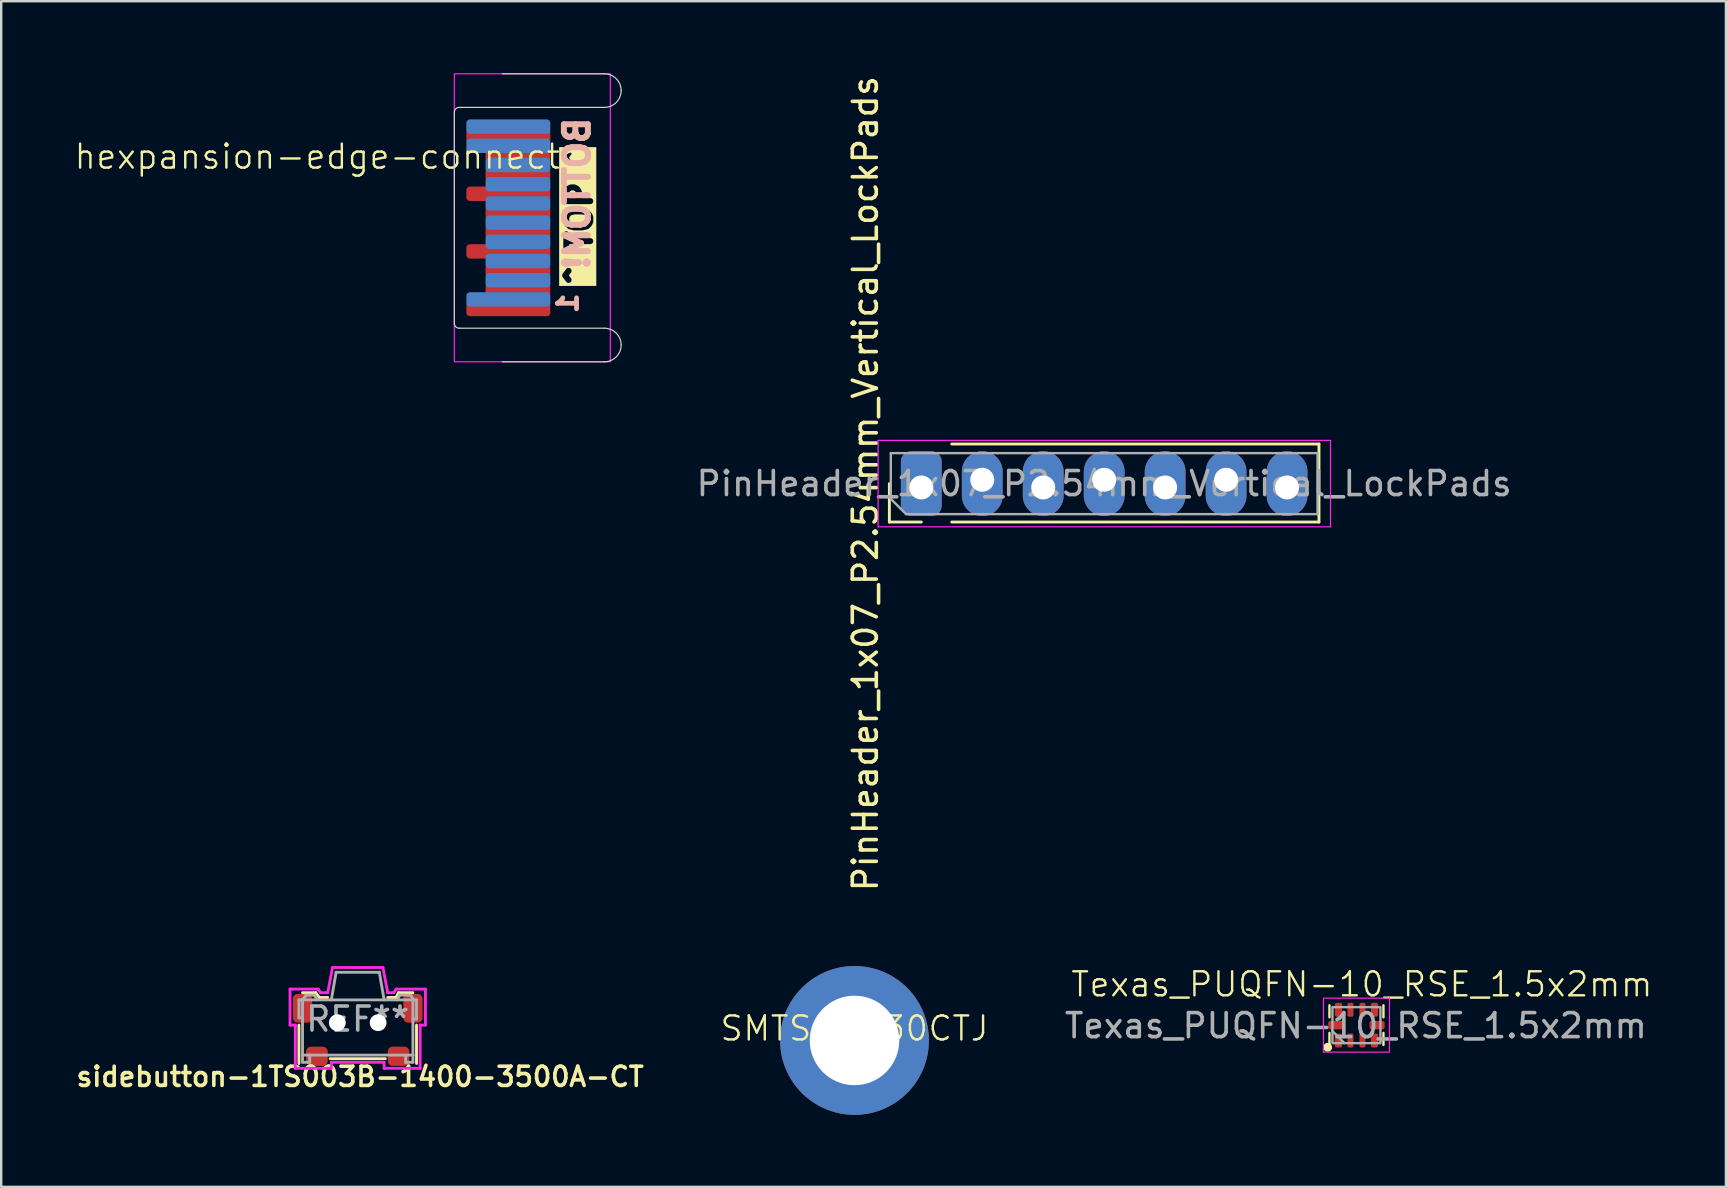
<source format=kicad_pcb>
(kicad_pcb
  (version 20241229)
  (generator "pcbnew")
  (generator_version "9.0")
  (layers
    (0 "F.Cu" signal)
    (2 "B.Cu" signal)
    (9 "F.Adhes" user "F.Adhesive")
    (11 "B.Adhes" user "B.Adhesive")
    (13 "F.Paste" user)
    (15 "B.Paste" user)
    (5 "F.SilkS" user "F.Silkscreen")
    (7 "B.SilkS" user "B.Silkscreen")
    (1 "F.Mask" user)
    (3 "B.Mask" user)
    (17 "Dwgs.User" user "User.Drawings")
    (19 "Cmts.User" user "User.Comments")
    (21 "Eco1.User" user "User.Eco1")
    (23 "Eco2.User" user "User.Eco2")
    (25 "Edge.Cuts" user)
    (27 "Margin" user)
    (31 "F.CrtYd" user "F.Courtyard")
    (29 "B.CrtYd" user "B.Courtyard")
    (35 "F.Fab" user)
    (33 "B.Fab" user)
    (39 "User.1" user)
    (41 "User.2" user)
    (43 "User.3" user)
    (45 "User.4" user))
  (footprint "hexpansion-edge-connector"
    (layer "F.Cu")
    (at 15.881 6.025)
    (property "Reference" "hexpansion-edge-connector" (at -4.95 -2.55 0) (unlocked yes) (layer "F.SilkS") (effects (font (size 1 1) (thickness 0.1))))
    (attr exclude_from_pos_files exclude_from_bom)
    (fp_line (start 0 4.4) (end 0 -4.4) (stroke (width 0.05) (type solid)) (layer "Edge.Cuts"))
    (fp_line (start 6.25 -6) (end 2 -6) (stroke (width 0.05) (type solid)) (layer "Edge.Cuts"))
    (fp_line (start 6.25 -4.6) (end 0.2 -4.6) (stroke (width 0.05) (type solid)) (layer "Edge.Cuts"))
    (fp_line (start 6.25 4.6) (end 0.2 4.6) (stroke (width 0.05) (type solid)) (layer "Edge.Cuts"))
    (fp_line (start 6.25 6) (end 2 6) (stroke (width 0.05) (type solid)) (layer "Edge.Cuts"))
    (fp_arc (start 0 -4.4) (mid 0.058579 -4.541421) (end 0.2 -4.6) (stroke (width 0.05) (type default)) (layer "Edge.Cuts"))
    (fp_arc (start 0.2 4.6) (mid 0.058579 4.541421) (end 0 4.4) (stroke (width 0.05) (type default)) (layer "Edge.Cuts"))
    (fp_arc (start 6.25 -6) (mid 6.744975 -5.794975) (end 6.95 -5.3) (stroke (width 0.05) (type default)) (layer "Edge.Cuts"))
    (fp_arc (start 6.25 4.6) (mid 6.744975 4.805025) (end 6.95 5.3) (stroke (width 0.05) (type default)) (layer "Edge.Cuts"))
    (fp_arc (start 6.95 -5.3) (mid 6.744975 -4.805025) (end 6.25 -4.6) (stroke (width 0.05) (type default)) (layer "Edge.Cuts"))
    (fp_arc (start 6.95 5.3) (mid 6.744975 5.794975) (end 6.25 6) (stroke (width 0.05) (type default)) (layer "Edge.Cuts"))
    (fp_rect (start 0 -6) (end 6.5 6) (stroke (width 0.05) (type default)) (fill no) (layer "F.CrtYd"))
    (fp_text user "^ TOP ^" (at 5.8 2.85 90) (unlocked yes) (layer "F.SilkS" knockout) (effects (font (size 1 1) (thickness 0.25) (bold yes)) (justify left bottom)))
    (fp_text user "BOTTOM!" (at 5.7 -4.3 90) (unlocked yes) (layer "B.SilkS") (effects (font (size 1 1) (thickness 0.25) (bold yes)) (justify left bottom mirror)))
    (fp_text user "1" (at 5.2 3.05 90) (unlocked yes) (layer "B.SilkS") (effects (font (size 0.8 0.8) (thickness 0.2) (bold yes)) (justify left bottom mirror)))
    (pad "1" smd roundrect (at 2.25 3.4) (size 3.5 0.6) (layers "B.Cu" "B.Mask") (roundrect_rratio 0.25))
    (pad "2" smd roundrect (at 2.65 2.6) (size 2.7 0.6) (layers "B.Cu" "B.Mask") (roundrect_rratio 0.25))
    (pad "3" smd roundrect (at 2.65 1.8) (size 2.7 0.6) (layers "B.Cu" "B.Mask") (roundrect_rratio 0.25))
    (pad "4" smd roundrect (at 2.65 1) (size 2.7 0.6) (layers "B.Cu" "B.Mask") (roundrect_rratio 0.25))
    (pad "5" smd roundrect (at 2.65 0.2) (size 2.7 0.6) (layers "B.Cu" "B.Mask") (roundrect_rratio 0.25))
    (pad "6" smd roundrect (at 2.65 -0.6) (size 2.7 0.6) (layers "B.Cu" "B.Mask") (roundrect_rratio 0.25))
    (pad "7" smd roundrect (at 2.65 -1.4) (size 2.7 0.6) (layers "B.Cu" "B.Mask") (roundrect_rratio 0.25))
    (pad "8" smd roundrect (at 2.65 -2.2) (size 2.7 0.6) (layers "B.Cu" "B.Mask") (roundrect_rratio 0.25))
    (pad "9" smd roundrect (at 2.25 -3) (size 3.5 0.6) (layers "B.Cu" "B.Mask") (roundrect_rratio 0.25))
    (pad "10" smd roundrect (at 2.25 -3.8) (size 3.5 0.6) (layers "B.Cu" "B.Mask") (roundrect_rratio 0.25))
    (pad "11" smd roundrect (at 2.25 -3.4 180) (size 3.5 0.6) (layers "F.Cu" "F.Mask") (roundrect_rratio 0.25))
    (pad "12" smd roundrect (at 2.65 -2.6 180) (size 2.7 0.6) (layers "F.Cu" "F.Mask") (roundrect_rratio 0.25))
    (pad "13" smd roundrect (at 2.65 -1.8 180) (size 2.7 0.6) (layers "F.Cu" "F.Mask") (roundrect_rratio 0.25))
    (pad "14" smd roundrect (at 2.25 -1 180) (size 3.5 0.6) (layers "F.Cu" "F.Mask") (roundrect_rratio 0.25))
    (pad "15" smd roundrect (at 2.65 -0.2 180) (size 2.7 0.6) (layers "F.Cu" "F.Mask") (roundrect_rratio 0.25))
    (pad "16" smd roundrect (at 2.65 0.6 180) (size 2.7 0.6) (layers "F.Cu" "F.Mask") (roundrect_rratio 0.25))
    (pad "17" smd roundrect (at 2.25 1.4 180) (size 3.5 0.6) (layers "F.Cu" "F.Mask") (roundrect_rratio 0.25))
    (pad "18" smd roundrect (at 2.65 2.2 180) (size 2.7 0.6) (layers "F.Cu" "F.Mask") (roundrect_rratio 0.25))
    (pad "19" smd roundrect (at 2.65 3 180) (size 2.7 0.6) (layers "F.Cu" "F.Mask") (roundrect_rratio 0.25))
    (pad "20" smd roundrect (at 2.25 3.8 180) (size 3.5 0.6) (layers "F.Cu" "F.Mask") (roundrect_rratio 0.25)))
  (footprint "SMTSO2030CTJ"
    (layer "F.Cu")
    (at 32.554 40.302)
    (property "Reference" "SMTSO2030CTJ" (at 0 -0.5 0) (unlocked yes) (layer "F.SilkS") (effects (font (size 1 1) (thickness 0.1))))
    (attr smd)
    (pad "" smd oval (at -2.1 -1.212 150) (size 1.235 2.2) (layers "F.Paste"))
    (pad "" smd oval (at -2.1 1.212 210) (size 1.235 2.2) (layers "F.Paste"))
    (pad "" smd oval (at 0 -2.425 90) (size 1.235 2.2) (layers "F.Paste"))
    (pad "" smd circle (at 0 0) (size 3.75 3.75) (layers "B.Mask"))
    (pad "" smd oval (at 0 2.425 270) (size 1.235 2.2) (layers "F.Paste"))
    (pad "" smd oval (at 2.1 -1.212 30) (size 1.235 2.2) (layers "F.Paste"))
    (pad "" smd oval (at 2.1 1.212 330) (size 1.235 2.2) (layers "F.Paste"))
    (pad "1" thru_hole circle (at 0 0) (size 6.2 6.2) (drill 3.73) (layers "*.Cu" "F.Mask")))
  (footprint "sidebutton-1TS003B-1400-3500A-CT"
    (layer "F.Cu")
    (at 11.855 39.562)
    (property "Reference" "sidebutton-1TS003B-1400-3500A-CT" (at 0.1 2.25 0) (layer "F.SilkS") (effects (font (size 0.8 0.8) (thickness 0.15))))
    (attr smd)
    (fp_line (start -2.45 0.1) (end -2.45 1.7) (stroke (width 0.12) (type solid)) (layer "F.SilkS"))
    (fp_line (start -2.3 -1.25) (end -1.75 -1.25) (stroke (width 0.12) (type solid)) (layer "F.SilkS"))
    (fp_line (start -1.75 -1.25) (end -1.6 -1.05) (stroke (width 0.12) (type solid)) (layer "F.SilkS"))
    (fp_line (start -1.6 -1.05) (end -1.25 -1.05) (stroke (width 0.12) (type solid)) (layer "F.SilkS"))
    (fp_line (start -1.15 1.5) (end 1.15 1.5) (stroke (width 0.12) (type solid)) (layer "F.SilkS"))
    (fp_line (start 1.25 -1.05) (end 1.6 -1.05) (stroke (width 0.12) (type solid)) (layer "F.SilkS"))
    (fp_line (start 1.6 -1.05) (end 1.7 -1.25) (stroke (width 0.12) (type solid)) (layer "F.SilkS"))
    (fp_line (start 1.7 -1.25) (end 2.3 -1.25) (stroke (width 0.12) (type solid)) (layer "F.SilkS"))
    (fp_line (start 2.45 0.1) (end 2.45 1.7) (stroke (width 0.12) (type solid)) (layer "F.SilkS"))
    (fp_line (start -2.82 -1.4) (end -1.65 -1.4) (stroke (width 0.12) (type solid)) (layer "F.CrtYd"))
    (fp_line (start -2.82 0.1) (end -2.82 -1.4) (stroke (width 0.12) (type solid)) (layer "F.CrtYd"))
    (fp_line (start -2.6 0.1) (end -2.82 0.1) (stroke (width 0.12) (type solid)) (layer "F.CrtYd"))
    (fp_line (start -2.6 1.9) (end -2.6 0.1) (stroke (width 0.12) (type solid)) (layer "F.CrtYd"))
    (fp_line (start -1.65 -1.4) (end -1.55 -1.25) (stroke (width 0.12) (type solid)) (layer "F.CrtYd"))
    (fp_line (start -1.55 -1.25) (end -1.25 -1.25) (stroke (width 0.12) (type solid)) (layer "F.CrtYd"))
    (fp_line (start -1.25 -1.25) (end -1.05 -2.3) (stroke (width 0.12) (type solid)) (layer "F.CrtYd"))
    (fp_line (start -1.1 1.65) (end -1.1 1.9) (stroke (width 0.12) (type solid)) (layer "F.CrtYd"))
    (fp_line (start -1.1 1.9) (end -2.6 1.9) (stroke (width 0.12) (type solid)) (layer "F.CrtYd"))
    (fp_line (start -1.05 -2.3) (end 0 -2.3) (stroke (width 0.12) (type solid)) (layer "F.CrtYd"))
    (fp_line (start 0 -2.3) (end 1.05 -2.3) (stroke (width 0.12) (type solid)) (layer "F.CrtYd"))
    (fp_line (start 1.05 -2.3) (end 1.25 -1.25) (stroke (width 0.12) (type solid)) (layer "F.CrtYd"))
    (fp_line (start 1.1 1.65) (end -1.1 1.65) (stroke (width 0.12) (type solid)) (layer "F.CrtYd"))
    (fp_line (start 1.1 1.9) (end 1.1 1.65) (stroke (width 0.12) (type solid)) (layer "F.CrtYd"))
    (fp_line (start 1.25 -1.25) (end 1.5 -1.25) (stroke (width 0.12) (type solid)) (layer "F.CrtYd"))
    (fp_line (start 1.5 -1.25) (end 1.6 -1.4) (stroke (width 0.12) (type solid)) (layer "F.CrtYd"))
    (fp_line (start 1.6 -1.4) (end 2.82 -1.4) (stroke (width 0.12) (type solid)) (layer "F.CrtYd"))
    (fp_line (start 2.6 0.1) (end 2.6 1.9) (stroke (width 0.12) (type solid)) (layer "F.CrtYd"))
    (fp_line (start 2.6 1.9) (end 1.1 1.9) (stroke (width 0.12) (type solid)) (layer "F.CrtYd"))
    (fp_line (start 2.82 -1.4) (end 2.82 0.1) (stroke (width 0.12) (type solid)) (layer "F.CrtYd"))
    (fp_line (start 2.82 0.1) (end 2.6 0.1) (stroke (width 0.12) (type solid)) (layer "F.CrtYd"))
    (fp_line (start -2.45 -0.95) (end -2.45 -0.2) (stroke (width 0.12) (type solid)) (layer "F.Fab"))
    (fp_line (start -2.45 -0.2) (end -2.3 -0.2) (stroke (width 0.12) (type solid)) (layer "F.Fab"))
    (fp_line (start -2.3 -0.95) (end -2.45 -0.95) (stroke (width 0.12) (type solid)) (layer "F.Fab"))
    (fp_line (start -2.3 -0.95) (end -2.15 -1.15) (stroke (width 0.12) (type solid)) (layer "F.Fab"))
    (fp_line (start -2.3 -0.95) (end 2.3 -0.95) (stroke (width 0.12) (type solid)) (layer "F.Fab"))
    (fp_line (start -2.3 1.35) (end -2.3 -0.95) (stroke (width 0.12) (type solid)) (layer "F.Fab"))
    (fp_line (start -2.3 1.35) (end -2.3 1.65) (stroke (width 0.12) (type solid)) (layer "F.Fab"))
    (fp_line (start -2.3 1.65) (end -2 1.65) (stroke (width 0.12) (type solid)) (layer "F.Fab"))
    (fp_line (start -2.15 -1.15) (end -1.8 -1.15) (stroke (width 0.12) (type solid)) (layer "F.Fab"))
    (fp_line (start -2 1.65) (end -2 1.35) (stroke (width 0.12) (type solid)) (layer "F.Fab"))
    (fp_line (start -1.8 -1.15) (end -1.7 -0.95) (stroke (width 0.12) (type solid)) (layer "F.Fab"))
    (fp_line (start -0.9 -2.1) (end -1.1 -0.95) (stroke (width 0.12) (type solid)) (layer "F.Fab"))
    (fp_line (start -0.9 -2.1) (end 0.9 -2.1) (stroke (width 0.12) (type solid)) (layer "F.Fab"))
    (fp_line (start 0.9 -2.1) (end 1.1 -0.95) (stroke (width 0.12) (type solid)) (layer "F.Fab"))
    (fp_line (start 1.65 -0.95) (end 1.75 -1.15) (stroke (width 0.12) (type solid)) (layer "F.Fab"))
    (fp_line (start 1.75 -1.15) (end 2.2 -1.15) (stroke (width 0.12) (type solid)) (layer "F.Fab"))
    (fp_line (start 2 1.65) (end 2 1.35) (stroke (width 0.12) (type solid)) (layer "F.Fab"))
    (fp_line (start 2.2 -1.15) (end 2.3 -1) (stroke (width 0.12) (type solid)) (layer "F.Fab"))
    (fp_line (start 2.3 -0.95) (end 2.3 1.35) (stroke (width 0.12) (type solid)) (layer "F.Fab"))
    (fp_line (start 2.3 -0.95) (end 2.45 -0.95) (stroke (width 0.12) (type solid)) (layer "F.Fab"))
    (fp_line (start 2.3 1.35) (end -2.3 1.35) (stroke (width 0.12) (type solid)) (layer "F.Fab"))
    (fp_line (start 2.3 1.35) (end 2.3 1.65) (stroke (width 0.12) (type solid)) (layer "F.Fab"))
    (fp_line (start 2.3 1.65) (end 2 1.65) (stroke (width 0.12) (type solid)) (layer "F.Fab"))
    (fp_line (start 2.45 -0.95) (end 2.45 -0.15) (stroke (width 0.12) (type solid)) (layer "F.Fab"))
    (fp_line (start 2.45 -0.15) (end 2.3 -0.15) (stroke (width 0.12) (type solid)) (layer "F.Fab"))
    (fp_text user "REF**" (at 0 -0.15 0) (layer "F.Fab") (effects (font (size 1 1) (thickness 0.15))))
    (pad "" smd roundrect (at -2.3 -0.6) (size 0.8 1.2) (layers "F.Cu" "F.Mask" "F.Paste") (roundrect_rratio 0.25))
    (pad "" np_thru_hole circle (at -0.85 0) (size 0.7 0.7) (drill 0.7) (layers "*.Cu" "*.Mask"))
    (pad "" np_thru_hole circle (at 0.85 0) (size 0.7 0.7) (drill 0.7) (layers "*.Cu" "*.Mask"))
    (pad "" smd roundrect (at 2.3 -0.6) (size 0.8 1.2) (layers "F.Cu" "F.Mask" "F.Paste") (roundrect_rratio 0.25))
    (pad "1" smd roundrect (at -1.7 1.4) (size 0.9 0.8) (layers "F.Cu" "F.Mask" "F.Paste") (roundrect_rratio 0.25))
    (pad "2" smd roundrect (at 1.7 1.4) (size 0.9 0.8) (layers "F.Cu" "F.Mask" "F.Paste") (roundrect_rratio 0.25)))
  (footprint "Texas_PUQFN-10_RSE_1.5x2mm"
    (layer "F.Cu")
    (at 53.469 39.663)
    (property "Reference" "Texas_PUQFN-10_RSE_1.5x2mm" (at 0.225 -1.7 0) (unlocked yes) (layer "F.SilkS") (effects (font (size 1 1) (thickness 0.1))))
    (attr smd)
    (fp_line (start -1.125 -0.825) (end -1.125 -0.325) (stroke (width 0.1) (type default)) (layer "F.SilkS"))
    (fp_line (start -1.125 0.325) (end -1.125 0.825) (stroke (width 0.1) (type default)) (layer "F.SilkS"))
    (fp_line (start 1.125 -0.825) (end 1.125 -0.325) (stroke (width 0.1) (type default)) (layer "F.SilkS"))
    (fp_line (start 1.125 0.325) (end 1.125 0.825) (stroke (width 0.1) (type default)) (layer "F.SilkS"))
    (fp_circle (center -1.2 0.925) (end -1.065 0.925) (stroke (width 0.1) (type solid)) (fill yes) (layer "F.SilkS"))
    (fp_rect (start -1.375 -1.125) (end 1.375 1.125) (stroke (width 0.05) (type default)) (fill no) (layer "F.CrtYd"))
    (fp_line (start -1 0.25) (end -0.5 0.75) (stroke (width 0.1) (type default)) (layer "F.Fab"))
    (fp_rect (start -1 -0.75) (end 1 0.75) (stroke (width 0.1) (type default)) (fill no) (layer "F.Fab"))
    (fp_text user "${REFERENCE}" (at -0.025 0.025 0) (unlocked yes) (layer "F.Fab") (effects (font (size 1 1) (thickness 0.15))))
    (pad "1" smd roundrect (at -0.75 0.64) (size 0.3 0.58) (layers "F.Cu" "F.Mask" "F.Paste") (roundrect_rratio 0.25))
    (pad "2" smd roundrect (at -0.25 0.64) (size 0.25 0.58) (layers "F.Cu" "F.Mask" "F.Paste") (roundrect_rratio 0.25))
    (pad "3" smd roundrect (at 0.25 0.64) (size 0.25 0.58) (layers "F.Cu" "F.Mask" "F.Paste") (roundrect_rratio 0.25))
    (pad "4" smd roundrect (at 0.75 0.64) (size 0.3 0.58) (layers "F.Cu" "F.Mask" "F.Paste") (roundrect_rratio 0.25))
    (pad "5" smd roundrect (at 0.86 0 90) (size 0.35 0.63) (layers "F.Cu" "F.Mask" "F.Paste") (roundrect_rratio 0.25))
    (pad "6" smd roundrect (at 0.75 -0.64) (size 0.3 0.58) (layers "F.Cu" "F.Mask" "F.Paste") (roundrect_rratio 0.25))
    (pad "7" smd roundrect (at 0.25 -0.64) (size 0.25 0.58) (layers "F.Cu" "F.Mask" "F.Paste") (roundrect_rratio 0.25))
    (pad "8" smd roundrect (at -0.25 -0.64) (size 0.25 0.58) (layers "F.Cu" "F.Mask" "F.Paste") (roundrect_rratio 0.25))
    (pad "9" smd roundrect (at -0.75 -0.64) (size 0.3 0.58) (layers "F.Cu" "F.Mask" "F.Paste") (roundrect_rratio 0.25))
    (pad "10" smd roundrect (at -0.86 0 90) (size 0.35 0.63) (layers "F.Cu" "F.Mask" "F.Paste") (roundrect_rratio 0.25)))
  (footprint "PinHeader_1x07_P2.54mm_Vertical_LockPads"
    (layer "F.Cu")
    (at 42.957 17.101)
    (property "Reference" "PinHeader_1x07_P2.54mm_Vertical_LockPads" (at -9.95 0 90) (layer "F.SilkS") (effects (font (size 1 1) (thickness 0.15))))
    (attr through_hole)
    (fp_line (start -8.95 1.6) (end -8.95 0) (stroke (width 0.12) (type solid)) (layer "F.SilkS"))
    (fp_line (start -7.62 1.6) (end -8.95 1.6) (stroke (width 0.12) (type solid)) (layer "F.SilkS"))
    (fp_line (start -6.35 -1.65) (end 8.95 -1.65) (stroke (width 0.12) (type solid)) (layer "F.SilkS"))
    (fp_line (start -6.35 1.6) (end 8.95 1.6) (stroke (width 0.12) (type solid)) (layer "F.SilkS"))
    (fp_line (start 8.95 1.6) (end 8.95 -1.65) (stroke (width 0.12) (type solid)) (layer "F.SilkS"))
    (fp_line (start -9.42 -1.8) (end -9.42 1.8) (stroke (width 0.05) (type solid)) (layer "F.CrtYd"))
    (fp_line (start -9.42 1.8) (end 9.43 1.8) (stroke (width 0.05) (type solid)) (layer "F.CrtYd"))
    (fp_line (start 9.43 -1.8) (end -9.42 -1.8) (stroke (width 0.05) (type solid)) (layer "F.CrtYd"))
    (fp_line (start 9.43 1.8) (end 9.43 -1.8) (stroke (width 0.05) (type solid)) (layer "F.CrtYd"))
    (fp_line (start -8.89 -1.27) (end 8.89 -1.27) (stroke (width 0.1) (type solid)) (layer "F.Fab"))
    (fp_line (start -8.89 0.635) (end -8.89 -1.27) (stroke (width 0.1) (type solid)) (layer "F.Fab"))
    (fp_line (start -8.255 1.27) (end -8.89 0.635) (stroke (width 0.1) (type solid)) (layer "F.Fab"))
    (fp_line (start 8.89 -1.27) (end 8.89 1.27) (stroke (width 0.1) (type solid)) (layer "F.Fab"))
    (fp_line (start 8.89 1.27) (end -8.255 1.27) (stroke (width 0.1) (type solid)) (layer "F.Fab"))
    (fp_text user "${REFERENCE}" (at 0 0 180) (layer "F.Fab") (effects (font (size 1 1) (thickness 0.15))))
    (pad "1" thru_hole roundrect (at -7.62 0.16 90) (size 2.7 1.7) (drill 1 (offset 0.16 0)) (layers "*.Cu" "*.Mask") (roundrect_rratio 0.25))
    (pad "2" thru_hole oval (at -5.08 -0.16 270) (size 2.7 1.7) (drill 1 (offset 0.16 0)) (layers "*.Cu" "*.Mask"))
    (pad "3" thru_hole oval (at -2.54 0.16 90) (size 2.7 1.7) (drill 1 (offset 0.16 0)) (layers "*.Cu" "*.Mask"))
    (pad "4" thru_hole oval (at 0 -0.16 270) (size 2.7 1.7) (drill 1 (offset 0.16 0)) (layers "*.Cu" "*.Mask"))
    (pad "5" thru_hole oval (at 2.54 0.16 90) (size 2.7 1.7) (drill 1 (offset 0.16 0)) (layers "*.Cu" "*.Mask"))
    (pad "6" thru_hole oval (at 5.08 -0.16 270) (size 2.7 1.7) (drill 1 (offset 0.16 0)) (layers "*.Cu" "*.Mask"))
    (pad "7" thru_hole oval (at 7.62 0.16 90) (size 2.7 1.7) (drill 1 (offset 0.16 0)) (layers "*.Cu" "*.Mask")))
  (gr_rect
    (start -3 -3)
    (end 68.863 46.402)
    (stroke (width 0.1) (type default))
    (fill no)
    (layer "Edge.Cuts")))
</source>
